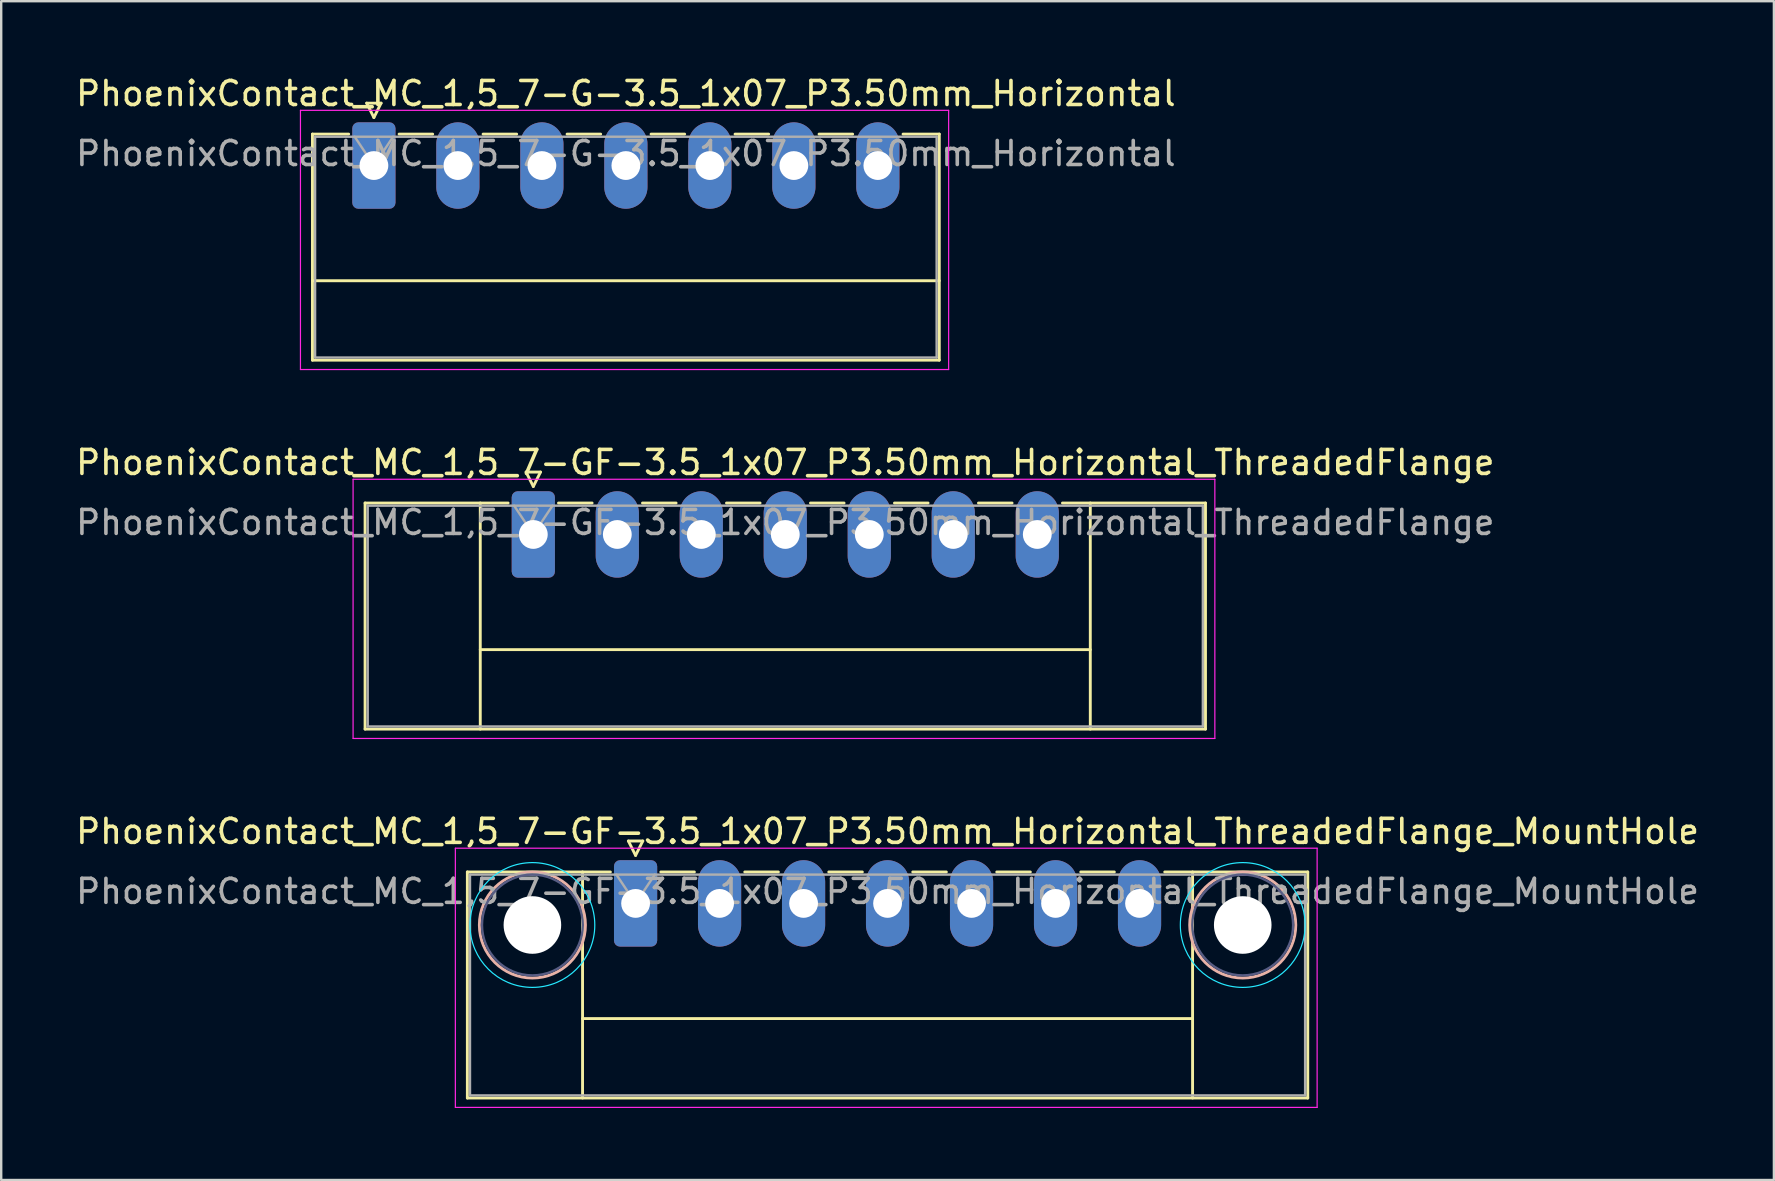
<source format=kicad_pcb>
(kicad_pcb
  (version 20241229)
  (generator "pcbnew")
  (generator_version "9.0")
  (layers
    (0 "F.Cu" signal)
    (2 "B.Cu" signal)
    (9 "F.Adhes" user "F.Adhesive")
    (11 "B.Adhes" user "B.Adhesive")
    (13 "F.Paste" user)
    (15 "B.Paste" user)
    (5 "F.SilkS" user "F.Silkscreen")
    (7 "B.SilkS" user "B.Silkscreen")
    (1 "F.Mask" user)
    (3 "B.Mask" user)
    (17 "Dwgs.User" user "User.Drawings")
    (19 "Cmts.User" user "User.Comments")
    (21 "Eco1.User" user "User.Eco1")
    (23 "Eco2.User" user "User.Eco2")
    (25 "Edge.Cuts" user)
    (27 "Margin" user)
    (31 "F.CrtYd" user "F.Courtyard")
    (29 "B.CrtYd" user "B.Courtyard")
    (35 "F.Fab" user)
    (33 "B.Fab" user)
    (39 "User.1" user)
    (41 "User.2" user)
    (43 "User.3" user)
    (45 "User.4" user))
  (footprint "PhoenixContact_MC_1,5_7-GF-3.5_1x07_P3.50mm_Horizontal_ThreadedFlange_MountHole"
    (layer "F.Cu")
    (at 23.435 34.595)
    (property "Reference" "PhoenixContact_MC_1,5_7-GF-3.5_1x07_P3.50mm_Horizontal_ThreadedFlange_MountHole" (at 10.5 -3 0) (layer "F.SilkS") (effects (font (size 1 1) (thickness 0.15))))
    (attr through_hole)
    (fp_line (start -7.01 -1.31) (end -7.01 8.11) (stroke (width 0.12) (type solid)) (layer "F.SilkS"))
    (fp_line (start -7.01 -1.31) (end -1.05 -1.31) (stroke (width 0.12) (type solid)) (layer "F.SilkS"))
    (fp_line (start -7.01 8.11) (end 28.01 8.11) (stroke (width 0.12) (type solid)) (layer "F.SilkS"))
    (fp_line (start -2.21 -1.31) (end -2.21 8.11) (stroke (width 0.12) (type solid)) (layer "F.SilkS"))
    (fp_line (start -2.21 4.8) (end 23.21 4.8) (stroke (width 0.12) (type solid)) (layer "F.SilkS"))
    (fp_line (start -0.3 -2.6) (end 0.3 -2.6) (stroke (width 0.12) (type solid)) (layer "F.SilkS"))
    (fp_line (start 0 -2) (end -0.3 -2.6) (stroke (width 0.12) (type solid)) (layer "F.SilkS"))
    (fp_line (start 0.3 -2.6) (end 0 -2) (stroke (width 0.12) (type solid)) (layer "F.SilkS"))
    (fp_line (start 1.05 -1.31) (end 2.45 -1.31) (stroke (width 0.12) (type solid)) (layer "F.SilkS"))
    (fp_line (start 4.55 -1.31) (end 5.95 -1.31) (stroke (width 0.12) (type solid)) (layer "F.SilkS"))
    (fp_line (start 8.05 -1.31) (end 9.45 -1.31) (stroke (width 0.12) (type solid)) (layer "F.SilkS"))
    (fp_line (start 11.55 -1.31) (end 12.95 -1.31) (stroke (width 0.12) (type solid)) (layer "F.SilkS"))
    (fp_line (start 15.05 -1.31) (end 16.45 -1.31) (stroke (width 0.12) (type solid)) (layer "F.SilkS"))
    (fp_line (start 18.55 -1.31) (end 19.95 -1.31) (stroke (width 0.12) (type solid)) (layer "F.SilkS"))
    (fp_line (start 23.21 -1.31) (end 23.21 8.11) (stroke (width 0.12) (type solid)) (layer "F.SilkS"))
    (fp_line (start 28.01 -1.31) (end 22.05 -1.31) (stroke (width 0.12) (type solid)) (layer "F.SilkS"))
    (fp_line (start 28.01 8.11) (end 28.01 -1.31) (stroke (width 0.12) (type solid)) (layer "F.SilkS"))
    (fp_circle (center -4.3 0.9) (end -2.09 0.9) (stroke (width 0.12) (type solid)) (fill no) (layer "B.SilkS"))
    (fp_circle (center 25.3 0.9) (end 27.51 0.9) (stroke (width 0.12) (type solid)) (fill no) (layer "B.SilkS"))
    (fp_circle (center -4.3 0.9) (end -1.7 0.9) (stroke (width 0.05) (type solid)) (fill no) (layer "B.CrtYd"))
    (fp_circle (center 25.3 0.9) (end 27.9 0.9) (stroke (width 0.05) (type solid)) (fill no) (layer "B.CrtYd"))
    (fp_line (start -7.51 -2.3) (end -7.51 8.5) (stroke (width 0.05) (type solid)) (layer "F.CrtYd"))
    (fp_line (start -7.51 8.5) (end 28.4 8.5) (stroke (width 0.05) (type solid)) (layer "F.CrtYd"))
    (fp_line (start 28.4 -2.3) (end -7.51 -2.3) (stroke (width 0.05) (type solid)) (layer "F.CrtYd"))
    (fp_line (start 28.4 8.5) (end 28.4 -2.3) (stroke (width 0.05) (type solid)) (layer "F.CrtYd"))
    (fp_circle (center -4.3 0.9) (end -2.2 0.9) (stroke (width 0.1) (type solid)) (fill no) (layer "B.Fab"))
    (fp_circle (center 25.3 0.9) (end 27.4 0.9) (stroke (width 0.1) (type solid)) (fill no) (layer "B.Fab"))
    (fp_line (start -6.9 -1.2) (end -6.9 8) (stroke (width 0.1) (type solid)) (layer "F.Fab"))
    (fp_line (start -6.9 8) (end 27.9 8) (stroke (width 0.1) (type solid)) (layer "F.Fab"))
    (fp_line (start 0 0) (end -0.8 -1.2) (stroke (width 0.1) (type solid)) (layer "F.Fab"))
    (fp_line (start 0.8 -1.2) (end 0 0) (stroke (width 0.1) (type solid)) (layer "F.Fab"))
    (fp_line (start 27.9 -1.2) (end -6.9 -1.2) (stroke (width 0.1) (type solid)) (layer "F.Fab"))
    (fp_line (start 27.9 8) (end 27.9 -1.2) (stroke (width 0.1) (type solid)) (layer "F.Fab"))
    (fp_text user "${REFERENCE}" (at 10.5 -0.5 0) (layer "F.Fab") (effects (font (size 1 1) (thickness 0.15))))
    (pad "" np_thru_hole circle (at -4.3 0.9) (size 2.4 2.4) (drill 2.4) (layers "*.Cu" "*.Mask"))
    (pad "" np_thru_hole circle (at 25.3 0.9) (size 2.4 2.4) (drill 2.4) (layers "*.Cu" "*.Mask"))
    (pad "1" thru_hole roundrect (at 0 0) (size 1.8 3.6) (drill 1.2) (layers "*.Cu" "*.Mask") (roundrect_rratio 0.139))
    (pad "2" thru_hole oval (at 3.5 0) (size 1.8 3.6) (drill 1.2) (layers "*.Cu" "*.Mask"))
    (pad "3" thru_hole oval (at 7 0) (size 1.8 3.6) (drill 1.2) (layers "*.Cu" "*.Mask"))
    (pad "4" thru_hole oval (at 10.5 0) (size 1.8 3.6) (drill 1.2) (layers "*.Cu" "*.Mask"))
    (pad "5" thru_hole oval (at 14 0) (size 1.8 3.6) (drill 1.2) (layers "*.Cu" "*.Mask"))
    (pad "6" thru_hole oval (at 17.5 0) (size 1.8 3.6) (drill 1.2) (layers "*.Cu" "*.Mask"))
    (pad "7" thru_hole oval (at 21 0) (size 1.8 3.6) (drill 1.2) (layers "*.Cu" "*.Mask")))
  (footprint "PhoenixContact_MC_1,5_7-G-3.5_1x07_P3.50mm_Horizontal"
    (layer "F.Cu")
    (at 12.53 3.848)
    (property "Reference" "PhoenixContact_MC_1,5_7-G-3.5_1x07_P3.50mm_Horizontal" (at 10.5 -3 0) (layer "F.SilkS") (effects (font (size 1 1) (thickness 0.15))))
    (attr through_hole)
    (fp_line (start -2.56 -1.31) (end -2.56 8.11) (stroke (width 0.12) (type solid)) (layer "F.SilkS"))
    (fp_line (start -2.56 -1.31) (end -1.05 -1.31) (stroke (width 0.12) (type solid)) (layer "F.SilkS"))
    (fp_line (start -2.56 4.8) (end 23.56 4.8) (stroke (width 0.12) (type solid)) (layer "F.SilkS"))
    (fp_line (start -2.56 8.11) (end 23.56 8.11) (stroke (width 0.12) (type solid)) (layer "F.SilkS"))
    (fp_line (start -0.3 -2.6) (end 0.3 -2.6) (stroke (width 0.12) (type solid)) (layer "F.SilkS"))
    (fp_line (start 0 -2) (end -0.3 -2.6) (stroke (width 0.12) (type solid)) (layer "F.SilkS"))
    (fp_line (start 0.3 -2.6) (end 0 -2) (stroke (width 0.12) (type solid)) (layer "F.SilkS"))
    (fp_line (start 1.05 -1.31) (end 2.45 -1.31) (stroke (width 0.12) (type solid)) (layer "F.SilkS"))
    (fp_line (start 4.55 -1.31) (end 5.95 -1.31) (stroke (width 0.12) (type solid)) (layer "F.SilkS"))
    (fp_line (start 8.05 -1.31) (end 9.45 -1.31) (stroke (width 0.12) (type solid)) (layer "F.SilkS"))
    (fp_line (start 11.55 -1.31) (end 12.95 -1.31) (stroke (width 0.12) (type solid)) (layer "F.SilkS"))
    (fp_line (start 15.05 -1.31) (end 16.45 -1.31) (stroke (width 0.12) (type solid)) (layer "F.SilkS"))
    (fp_line (start 18.55 -1.31) (end 19.95 -1.31) (stroke (width 0.12) (type solid)) (layer "F.SilkS"))
    (fp_line (start 23.56 -1.31) (end 22.05 -1.31) (stroke (width 0.12) (type solid)) (layer "F.SilkS"))
    (fp_line (start 23.56 8.11) (end 23.56 -1.31) (stroke (width 0.12) (type solid)) (layer "F.SilkS"))
    (fp_line (start -3.06 -2.3) (end -3.06 8.5) (stroke (width 0.05) (type solid)) (layer "F.CrtYd"))
    (fp_line (start -3.06 8.5) (end 23.95 8.5) (stroke (width 0.05) (type solid)) (layer "F.CrtYd"))
    (fp_line (start 23.95 -2.3) (end -3.06 -2.3) (stroke (width 0.05) (type solid)) (layer "F.CrtYd"))
    (fp_line (start 23.95 8.5) (end 23.95 -2.3) (stroke (width 0.05) (type solid)) (layer "F.CrtYd"))
    (fp_line (start -2.45 -1.2) (end -2.45 8) (stroke (width 0.1) (type solid)) (layer "F.Fab"))
    (fp_line (start -2.45 8) (end 23.45 8) (stroke (width 0.1) (type solid)) (layer "F.Fab"))
    (fp_line (start 0 0) (end -0.8 -1.2) (stroke (width 0.1) (type solid)) (layer "F.Fab"))
    (fp_line (start 0.8 -1.2) (end 0 0) (stroke (width 0.1) (type solid)) (layer "F.Fab"))
    (fp_line (start 23.45 -1.2) (end -2.45 -1.2) (stroke (width 0.1) (type solid)) (layer "F.Fab"))
    (fp_line (start 23.45 8) (end 23.45 -1.2) (stroke (width 0.1) (type solid)) (layer "F.Fab"))
    (fp_text user "${REFERENCE}" (at 10.5 -0.5 0) (layer "F.Fab") (effects (font (size 1 1) (thickness 0.15))))
    (pad "1" thru_hole roundrect (at 0 0) (size 1.8 3.6) (drill 1.2) (layers "*.Cu" "*.Mask") (roundrect_rratio 0.139))
    (pad "2" thru_hole oval (at 3.5 0) (size 1.8 3.6) (drill 1.2) (layers "*.Cu" "*.Mask"))
    (pad "3" thru_hole oval (at 7 0) (size 1.8 3.6) (drill 1.2) (layers "*.Cu" "*.Mask"))
    (pad "4" thru_hole oval (at 10.5 0) (size 1.8 3.6) (drill 1.2) (layers "*.Cu" "*.Mask"))
    (pad "5" thru_hole oval (at 14 0) (size 1.8 3.6) (drill 1.2) (layers "*.Cu" "*.Mask"))
    (pad "6" thru_hole oval (at 17.5 0) (size 1.8 3.6) (drill 1.2) (layers "*.Cu" "*.Mask"))
    (pad "7" thru_hole oval (at 21 0) (size 1.8 3.6) (drill 1.2) (layers "*.Cu" "*.Mask")))
  (footprint "PhoenixContact_MC_1,5_7-GF-3.5_1x07_P3.50mm_Horizontal_ThreadedFlange"
    (layer "F.Cu")
    (at 19.173 19.221)
    (property "Reference" "PhoenixContact_MC_1,5_7-GF-3.5_1x07_P3.50mm_Horizontal_ThreadedFlange" (at 10.5 -3 0) (layer "F.SilkS") (effects (font (size 1 1) (thickness 0.15))))
    (attr through_hole)
    (fp_line (start -7.01 -1.31) (end -7.01 8.11) (stroke (width 0.12) (type solid)) (layer "F.SilkS"))
    (fp_line (start -7.01 -1.31) (end -1.05 -1.31) (stroke (width 0.12) (type solid)) (layer "F.SilkS"))
    (fp_line (start -7.01 8.11) (end 28.01 8.11) (stroke (width 0.12) (type solid)) (layer "F.SilkS"))
    (fp_line (start -2.21 -1.31) (end -2.21 8.11) (stroke (width 0.12) (type solid)) (layer "F.SilkS"))
    (fp_line (start -2.21 4.8) (end 23.21 4.8) (stroke (width 0.12) (type solid)) (layer "F.SilkS"))
    (fp_line (start -0.3 -2.6) (end 0.3 -2.6) (stroke (width 0.12) (type solid)) (layer "F.SilkS"))
    (fp_line (start 0 -2) (end -0.3 -2.6) (stroke (width 0.12) (type solid)) (layer "F.SilkS"))
    (fp_line (start 0.3 -2.6) (end 0 -2) (stroke (width 0.12) (type solid)) (layer "F.SilkS"))
    (fp_line (start 1.05 -1.31) (end 2.45 -1.31) (stroke (width 0.12) (type solid)) (layer "F.SilkS"))
    (fp_line (start 4.55 -1.31) (end 5.95 -1.31) (stroke (width 0.12) (type solid)) (layer "F.SilkS"))
    (fp_line (start 8.05 -1.31) (end 9.45 -1.31) (stroke (width 0.12) (type solid)) (layer "F.SilkS"))
    (fp_line (start 11.55 -1.31) (end 12.95 -1.31) (stroke (width 0.12) (type solid)) (layer "F.SilkS"))
    (fp_line (start 15.05 -1.31) (end 16.45 -1.31) (stroke (width 0.12) (type solid)) (layer "F.SilkS"))
    (fp_line (start 18.55 -1.31) (end 19.95 -1.31) (stroke (width 0.12) (type solid)) (layer "F.SilkS"))
    (fp_line (start 23.21 -1.31) (end 23.21 8.11) (stroke (width 0.12) (type solid)) (layer "F.SilkS"))
    (fp_line (start 28.01 -1.31) (end 22.05 -1.31) (stroke (width 0.12) (type solid)) (layer "F.SilkS"))
    (fp_line (start 28.01 8.11) (end 28.01 -1.31) (stroke (width 0.12) (type solid)) (layer "F.SilkS"))
    (fp_line (start -7.51 -2.3) (end -7.51 8.5) (stroke (width 0.05) (type solid)) (layer "F.CrtYd"))
    (fp_line (start -7.51 8.5) (end 28.4 8.5) (stroke (width 0.05) (type solid)) (layer "F.CrtYd"))
    (fp_line (start 28.4 -2.3) (end -7.51 -2.3) (stroke (width 0.05) (type solid)) (layer "F.CrtYd"))
    (fp_line (start 28.4 8.5) (end 28.4 -2.3) (stroke (width 0.05) (type solid)) (layer "F.CrtYd"))
    (fp_line (start -6.9 -1.2) (end -6.9 8) (stroke (width 0.1) (type solid)) (layer "F.Fab"))
    (fp_line (start -6.9 8) (end 27.9 8) (stroke (width 0.1) (type solid)) (layer "F.Fab"))
    (fp_line (start 0 0) (end -0.8 -1.2) (stroke (width 0.1) (type solid)) (layer "F.Fab"))
    (fp_line (start 0.8 -1.2) (end 0 0) (stroke (width 0.1) (type solid)) (layer "F.Fab"))
    (fp_line (start 27.9 -1.2) (end -6.9 -1.2) (stroke (width 0.1) (type solid)) (layer "F.Fab"))
    (fp_line (start 27.9 8) (end 27.9 -1.2) (stroke (width 0.1) (type solid)) (layer "F.Fab"))
    (fp_text user "${REFERENCE}" (at 10.5 -0.5 0) (layer "F.Fab") (effects (font (size 1 1) (thickness 0.15))))
    (pad "1" thru_hole roundrect (at 0 0) (size 1.8 3.6) (drill 1.2) (layers "*.Cu" "*.Mask") (roundrect_rratio 0.139))
    (pad "2" thru_hole oval (at 3.5 0) (size 1.8 3.6) (drill 1.2) (layers "*.Cu" "*.Mask"))
    (pad "3" thru_hole oval (at 7 0) (size 1.8 3.6) (drill 1.2) (layers "*.Cu" "*.Mask"))
    (pad "4" thru_hole oval (at 10.5 0) (size 1.8 3.6) (drill 1.2) (layers "*.Cu" "*.Mask"))
    (pad "5" thru_hole oval (at 14 0) (size 1.8 3.6) (drill 1.2) (layers "*.Cu" "*.Mask"))
    (pad "6" thru_hole oval (at 17.5 0) (size 1.8 3.6) (drill 1.2) (layers "*.Cu" "*.Mask"))
    (pad "7" thru_hole oval (at 21 0) (size 1.8 3.6) (drill 1.2) (layers "*.Cu" "*.Mask")))
  (gr_rect
    (start -3 -3)
    (end 70.869 46.12)
    (stroke (width 0.1) (type default))
    (fill no)
    (layer "Edge.Cuts")))
</source>
